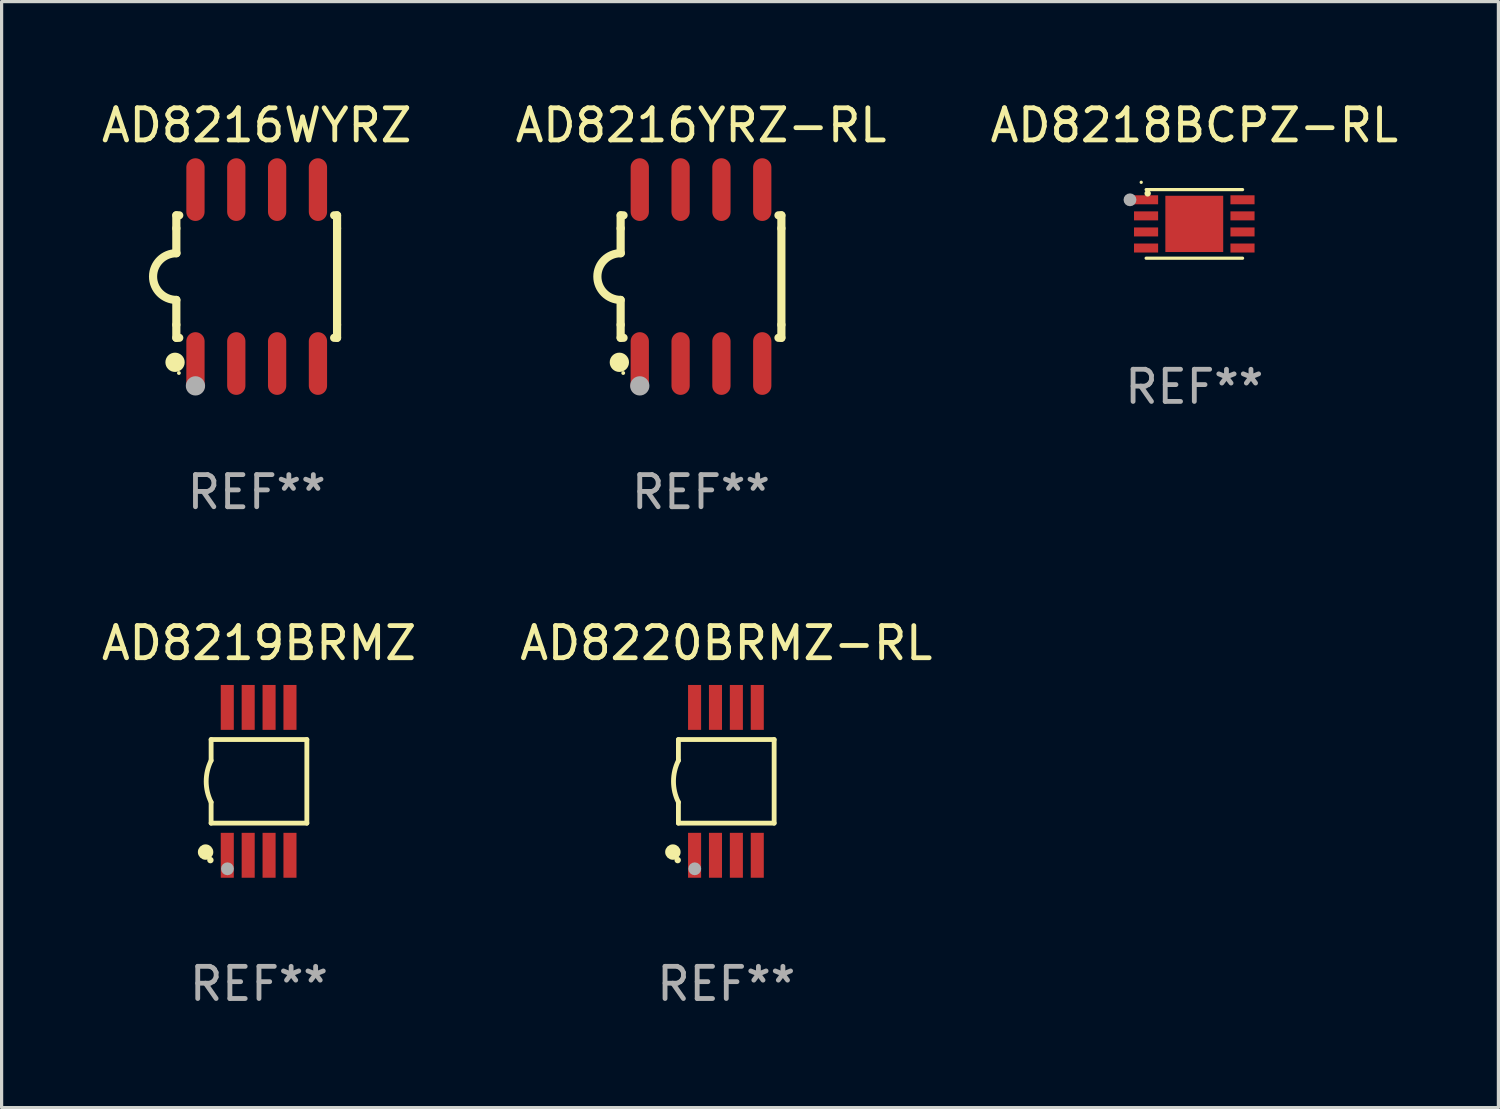
<source format=kicad_pcb>
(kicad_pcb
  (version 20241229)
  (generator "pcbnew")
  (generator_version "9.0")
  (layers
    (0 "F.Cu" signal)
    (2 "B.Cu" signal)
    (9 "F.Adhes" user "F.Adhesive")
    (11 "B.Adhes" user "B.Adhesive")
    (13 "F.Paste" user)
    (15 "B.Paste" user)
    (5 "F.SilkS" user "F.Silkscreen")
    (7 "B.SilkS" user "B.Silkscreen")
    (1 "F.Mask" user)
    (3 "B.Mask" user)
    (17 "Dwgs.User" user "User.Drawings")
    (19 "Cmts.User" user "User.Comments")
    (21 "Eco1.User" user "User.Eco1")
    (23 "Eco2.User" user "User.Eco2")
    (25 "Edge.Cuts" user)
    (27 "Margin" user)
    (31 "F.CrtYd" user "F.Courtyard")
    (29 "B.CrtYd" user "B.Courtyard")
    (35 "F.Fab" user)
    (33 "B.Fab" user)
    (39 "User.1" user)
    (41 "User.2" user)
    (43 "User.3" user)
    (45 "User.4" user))
  (footprint "AD8219BRMZ"
    (layer "F.Cu")
    (at 5.006 21.255)
    (property "Reference" "AD8219BRMZ" (at 0 -4.3 0) (layer "F.SilkS") (effects (font (size 1 1) (thickness 0.15))))
    (attr through_hole)
    (fp_line (start -1.489 -1.3) (end -1.489 -0.648) (stroke (width 0.15) (type solid)) (layer "F.SilkS"))
    (fp_line (start -1.489 0.648) (end -1.489 1.3) (stroke (width 0.15) (type solid)) (layer "F.SilkS"))
    (fp_line (start -1.489 1.3) (end 1.489 1.3) (stroke (width 0.15) (type solid)) (layer "F.SilkS"))
    (fp_line (start 1.489 -1.3) (end -1.489 -1.3) (stroke (width 0.15) (type solid)) (layer "F.SilkS"))
    (fp_line (start 1.489 1.3) (end 1.489 -1.3) (stroke (width 0.15) (type solid)) (layer "F.SilkS"))
    (fp_arc (start -1.489205 0.647702) (mid -1.642107 0) (end -1.489205 -0.647701) (stroke (width 0.150013) (type solid)) (layer "F.SilkS"))
    (fp_circle (center -1.661 2.2) (end -1.541 2.2) (stroke (width 0.24) (type solid)) (fill no) (layer "F.SilkS"))
    (fp_circle (center -1.511 2.45) (end -1.461 2.45) (stroke (width 0.1) (type solid)) (fill no) (layer "F.SilkS"))
    (fp_circle (center -0.981 2.72) (end -0.881 2.72) (stroke (width 0.2) (type solid)) (fill no) (layer "F.Fab"))
    (fp_text user "REF**" (at 0 6.3 0) (layer "F.Fab") (effects (font (size 1 1) (thickness 0.15))))
    (pad "1" smd rect (at -0.986 2.3) (size 0.406 1.397) (layers "F.Cu" "F.Mask" "F.Paste"))
    (pad "2" smd rect (at -0.336 2.3) (size 0.406 1.397) (layers "F.Cu" "F.Mask" "F.Paste"))
    (pad "3" smd rect (at 0.314 2.3) (size 0.406 1.397) (layers "F.Cu" "F.Mask" "F.Paste"))
    (pad "4" smd rect (at 0.964 2.3) (size 0.406 1.397) (layers "F.Cu" "F.Mask" "F.Paste"))
    (pad "5" smd rect (at 0.964 -2.3) (size 0.406 1.397) (layers "F.Cu" "F.Mask" "F.Paste"))
    (pad "6" smd rect (at 0.314 -2.3) (size 0.406 1.397) (layers "F.Cu" "F.Mask" "F.Paste"))
    (pad "7" smd rect (at -0.336 -2.3) (size 0.406 1.397) (layers "F.Cu" "F.Mask" "F.Paste"))
    (pad "8" smd rect (at -0.986 -2.3) (size 0.406 1.397) (layers "F.Cu" "F.Mask" "F.Paste")))
  (footprint "AD8216YRZ-RL"
    (layer "F.Cu")
    (at 18.756 5.553)
    (property "Reference" "AD8216YRZ-RL" (at 0 -4.705 0) (layer "F.SilkS") (effects (font (size 1 1) (thickness 0.15))))
    (attr through_hole)
    (fp_line (start -2.5 -1.905) (end -2.409 -1.905) (stroke (width 0.254) (type solid)) (layer "F.SilkS"))
    (fp_line (start -2.5 -1.5) (end -2.5 -1.905) (stroke (width 0.254) (type solid)) (layer "F.SilkS"))
    (fp_line (start -2.5 -1.5) (end -2.5 -0.726) (stroke (width 0.254) (type solid)) (layer "F.SilkS"))
    (fp_line (start -2.5 1.5) (end -2.5 0.727) (stroke (width 0.254) (type solid)) (layer "F.SilkS"))
    (fp_line (start -2.5 1.5) (end -2.5 1.905) (stroke (width 0.254) (type solid)) (layer "F.SilkS"))
    (fp_line (start -2.5 1.905) (end -2.409 1.905) (stroke (width 0.254) (type solid)) (layer "F.SilkS"))
    (fp_line (start 2.5 -1.905) (end 2.409 -1.905) (stroke (width 0.254) (type solid)) (layer "F.SilkS"))
    (fp_line (start 2.5 -1.5) (end 2.5 -1.905) (stroke (width 0.254) (type solid)) (layer "F.SilkS"))
    (fp_line (start 2.5 -1.5) (end 2.5 1.5) (stroke (width 0.254) (type solid)) (layer "F.SilkS"))
    (fp_line (start 2.5 1.5) (end 2.5 1.905) (stroke (width 0.254) (type solid)) (layer "F.SilkS"))
    (fp_line (start 2.5 1.905) (end 2.409 1.905) (stroke (width 0.254) (type solid)) (layer "F.SilkS"))
    (fp_arc (start -2.5 0.726568) (mid -3.220316 -0.0023) (end -2.495097 -0.726289) (stroke (width 0.254001) (type solid)) (layer "F.SilkS"))
    (fp_circle (center -2.54 2.667) (end -2.39 2.667) (stroke (width 0.3) (type solid)) (fill no) (layer "F.SilkS"))
    (fp_circle (center -2.42 3) (end -2.39 3) (stroke (width 0.06) (type solid)) (fill no) (layer "F.SilkS"))
    (fp_circle (center -1.905 3.4) (end -1.755 3.4) (stroke (width 0.3) (type solid)) (fill no) (layer "F.Fab"))
    (fp_text user "REF**" (at 0 6.705 0) (layer "F.Fab") (effects (font (size 1 1) (thickness 0.15))))
    (pad "1" smd oval (at -1.905 2.705) (size 0.568 1.95) (layers "F.Cu" "F.Mask" "F.Paste"))
    (pad "2" smd oval (at -0.635 2.705) (size 0.568 1.95) (layers "F.Cu" "F.Mask" "F.Paste"))
    (pad "3" smd oval (at 0.635 2.705) (size 0.568 1.95) (layers "F.Cu" "F.Mask" "F.Paste"))
    (pad "4" smd oval (at 1.905 2.705) (size 0.568 1.95) (layers "F.Cu" "F.Mask" "F.Paste"))
    (pad "5" smd oval (at 1.905 -2.705) (size 0.568 1.95) (layers "F.Cu" "F.Mask" "F.Paste"))
    (pad "6" smd oval (at 0.635 -2.705) (size 0.568 1.95) (layers "F.Cu" "F.Mask" "F.Paste"))
    (pad "7" smd oval (at -0.635 -2.705) (size 0.568 1.95) (layers "F.Cu" "F.Mask" "F.Paste"))
    (pad "8" smd oval (at -1.905 -2.705) (size 0.568 1.95) (layers "F.Cu" "F.Mask" "F.Paste")))
  (footprint "AD8220BRMZ-RL"
    (layer "F.Cu")
    (at 19.542 21.255)
    (property "Reference" "AD8220BRMZ-RL" (at 0 -4.3 0) (layer "F.SilkS") (effects (font (size 1 1) (thickness 0.15))))
    (attr through_hole)
    (fp_line (start -1.489 -1.3) (end -1.489 -0.648) (stroke (width 0.15) (type solid)) (layer "F.SilkS"))
    (fp_line (start -1.489 0.648) (end -1.489 1.3) (stroke (width 0.15) (type solid)) (layer "F.SilkS"))
    (fp_line (start -1.489 1.3) (end 1.489 1.3) (stroke (width 0.15) (type solid)) (layer "F.SilkS"))
    (fp_line (start 1.489 -1.3) (end -1.489 -1.3) (stroke (width 0.15) (type solid)) (layer "F.SilkS"))
    (fp_line (start 1.489 1.3) (end 1.489 -1.3) (stroke (width 0.15) (type solid)) (layer "F.SilkS"))
    (fp_arc (start -1.489205 0.647702) (mid -1.642107 0) (end -1.489205 -0.647701) (stroke (width 0.150013) (type solid)) (layer "F.SilkS"))
    (fp_circle (center -1.661 2.2) (end -1.541 2.2) (stroke (width 0.24) (type solid)) (fill no) (layer "F.SilkS"))
    (fp_circle (center -1.511 2.45) (end -1.461 2.45) (stroke (width 0.1) (type solid)) (fill no) (layer "F.SilkS"))
    (fp_circle (center -0.981 2.72) (end -0.881 2.72) (stroke (width 0.2) (type solid)) (fill no) (layer "F.Fab"))
    (fp_text user "REF**" (at 0 6.3 0) (layer "F.Fab") (effects (font (size 1 1) (thickness 0.15))))
    (pad "1" smd rect (at -0.986 2.3) (size 0.406 1.397) (layers "F.Cu" "F.Mask" "F.Paste"))
    (pad "2" smd rect (at -0.336 2.3) (size 0.406 1.397) (layers "F.Cu" "F.Mask" "F.Paste"))
    (pad "3" smd rect (at 0.314 2.3) (size 0.406 1.397) (layers "F.Cu" "F.Mask" "F.Paste"))
    (pad "4" smd rect (at 0.964 2.3) (size 0.406 1.397) (layers "F.Cu" "F.Mask" "F.Paste"))
    (pad "5" smd rect (at 0.964 -2.3) (size 0.406 1.397) (layers "F.Cu" "F.Mask" "F.Paste"))
    (pad "6" smd rect (at 0.314 -2.3) (size 0.406 1.397) (layers "F.Cu" "F.Mask" "F.Paste"))
    (pad "7" smd rect (at -0.336 -2.3) (size 0.406 1.397) (layers "F.Cu" "F.Mask" "F.Paste"))
    (pad "8" smd rect (at -0.986 -2.3) (size 0.406 1.397) (layers "F.Cu" "F.Mask" "F.Paste")))
  (footprint "AD8216WYRZ"
    (layer "F.Cu")
    (at 4.935 5.553)
    (property "Reference" "AD8216WYRZ" (at 0 -4.705 0) (layer "F.SilkS") (effects (font (size 1 1) (thickness 0.15))))
    (attr through_hole)
    (fp_line (start -2.5 -1.905) (end -2.409 -1.905) (stroke (width 0.254) (type solid)) (layer "F.SilkS"))
    (fp_line (start -2.5 -1.5) (end -2.5 -1.905) (stroke (width 0.254) (type solid)) (layer "F.SilkS"))
    (fp_line (start -2.5 -1.5) (end -2.5 -0.726) (stroke (width 0.254) (type solid)) (layer "F.SilkS"))
    (fp_line (start -2.5 1.5) (end -2.5 0.727) (stroke (width 0.254) (type solid)) (layer "F.SilkS"))
    (fp_line (start -2.5 1.5) (end -2.5 1.905) (stroke (width 0.254) (type solid)) (layer "F.SilkS"))
    (fp_line (start -2.5 1.905) (end -2.409 1.905) (stroke (width 0.254) (type solid)) (layer "F.SilkS"))
    (fp_line (start 2.5 -1.905) (end 2.409 -1.905) (stroke (width 0.254) (type solid)) (layer "F.SilkS"))
    (fp_line (start 2.5 -1.5) (end 2.5 -1.905) (stroke (width 0.254) (type solid)) (layer "F.SilkS"))
    (fp_line (start 2.5 -1.5) (end 2.5 1.5) (stroke (width 0.254) (type solid)) (layer "F.SilkS"))
    (fp_line (start 2.5 1.5) (end 2.5 1.905) (stroke (width 0.254) (type solid)) (layer "F.SilkS"))
    (fp_line (start 2.5 1.905) (end 2.409 1.905) (stroke (width 0.254) (type solid)) (layer "F.SilkS"))
    (fp_arc (start -2.5 0.726568) (mid -3.220316 -0.0023) (end -2.495097 -0.726289) (stroke (width 0.254001) (type solid)) (layer "F.SilkS"))
    (fp_circle (center -2.54 2.667) (end -2.39 2.667) (stroke (width 0.3) (type solid)) (fill no) (layer "F.SilkS"))
    (fp_circle (center -2.42 3) (end -2.39 3) (stroke (width 0.06) (type solid)) (fill no) (layer "F.SilkS"))
    (fp_circle (center -1.905 3.4) (end -1.755 3.4) (stroke (width 0.3) (type solid)) (fill no) (layer "F.Fab"))
    (fp_text user "REF**" (at 0 6.705 0) (layer "F.Fab") (effects (font (size 1 1) (thickness 0.15))))
    (pad "1" smd oval (at -1.905 2.705) (size 0.568 1.95) (layers "F.Cu" "F.Mask" "F.Paste"))
    (pad "2" smd oval (at -0.635 2.705) (size 0.568 1.95) (layers "F.Cu" "F.Mask" "F.Paste"))
    (pad "3" smd oval (at 0.635 2.705) (size 0.568 1.95) (layers "F.Cu" "F.Mask" "F.Paste"))
    (pad "4" smd oval (at 1.905 2.705) (size 0.568 1.95) (layers "F.Cu" "F.Mask" "F.Paste"))
    (pad "5" smd oval (at 1.905 -2.705) (size 0.568 1.95) (layers "F.Cu" "F.Mask" "F.Paste"))
    (pad "6" smd oval (at 0.635 -2.705) (size 0.568 1.95) (layers "F.Cu" "F.Mask" "F.Paste"))
    (pad "7" smd oval (at -0.635 -2.705) (size 0.568 1.95) (layers "F.Cu" "F.Mask" "F.Paste"))
    (pad "8" smd oval (at -1.905 -2.705) (size 0.568 1.95) (layers "F.Cu" "F.Mask" "F.Paste")))
  (footprint "AD8218BCPZ-RL"
    (layer "F.Cu")
    (at 34.101 3.915)
    (property "Reference" "AD8218BCPZ-RL" (at 0 -3.067 0) (layer "F.SilkS") (effects (font (size 1 1) (thickness 0.15))))
    (attr through_hole)
    (fp_line (start -1.499 -1.067) (end 1.501 -1.067) (stroke (width 0.1) (type solid)) (layer "F.SilkS"))
    (fp_line (start -1.499 1.067) (end 1.501 1.067) (stroke (width 0.1) (type solid)) (layer "F.SilkS"))
    (fp_arc (start -1.651638 -1.292863) (mid -1.651644 -1.294133) (end -1.651638 -1.295403) (stroke (width 0.1) (type solid)) (layer "F.SilkS"))
    (fp_circle (center -1.451 -0.95) (end -1.401 -0.95) (stroke (width 0.1) (type solid)) (fill no) (layer "F.SilkS"))
    (fp_circle (center -2.001 -0.75) (end -1.901 -0.75) (stroke (width 0.2) (type solid)) (fill no) (layer "F.Fab"))
    (fp_text user "REF**" (at 0 5.067 0) (layer "F.Fab") (effects (font (size 1 1) (thickness 0.15))))
    (pad "0" smd rect (at -0.001 0) (size 1.8 1.75) (layers "F.Cu" "F.Mask" "F.Paste"))
    (pad "1" smd rect (at -1.501 -0.75 90) (size 0.28 0.75) (layers "F.Cu" "F.Mask" "F.Paste"))
    (pad "2" smd rect (at -1.501 -0.25 90) (size 0.28 0.75) (layers "F.Cu" "F.Mask" "F.Paste"))
    (pad "3" smd rect (at -1.501 0.25 90) (size 0.28 0.75) (layers "F.Cu" "F.Mask" "F.Paste"))
    (pad "4" smd rect (at -1.501 0.75 90) (size 0.28 0.75) (layers "F.Cu" "F.Mask" "F.Paste"))
    (pad "5" smd rect (at 1.499 0.75 90) (size 0.28 0.75) (layers "F.Cu" "F.Mask" "F.Paste"))
    (pad "6" smd rect (at 1.499 0.25 90) (size 0.28 0.75) (layers "F.Cu" "F.Mask" "F.Paste"))
    (pad "7" smd rect (at 1.499 -0.25 90) (size 0.28 0.75) (layers "F.Cu" "F.Mask" "F.Paste"))
    (pad "8" smd rect (at 1.499 -0.75 90) (size 0.28 0.75) (layers "F.Cu" "F.Mask" "F.Paste")))
  (gr_rect
    (start -3 -3)
    (end 43.56 31.403)
    (stroke (width 0.1) (type default))
    (fill no)
    (layer "Edge.Cuts")))
</source>
